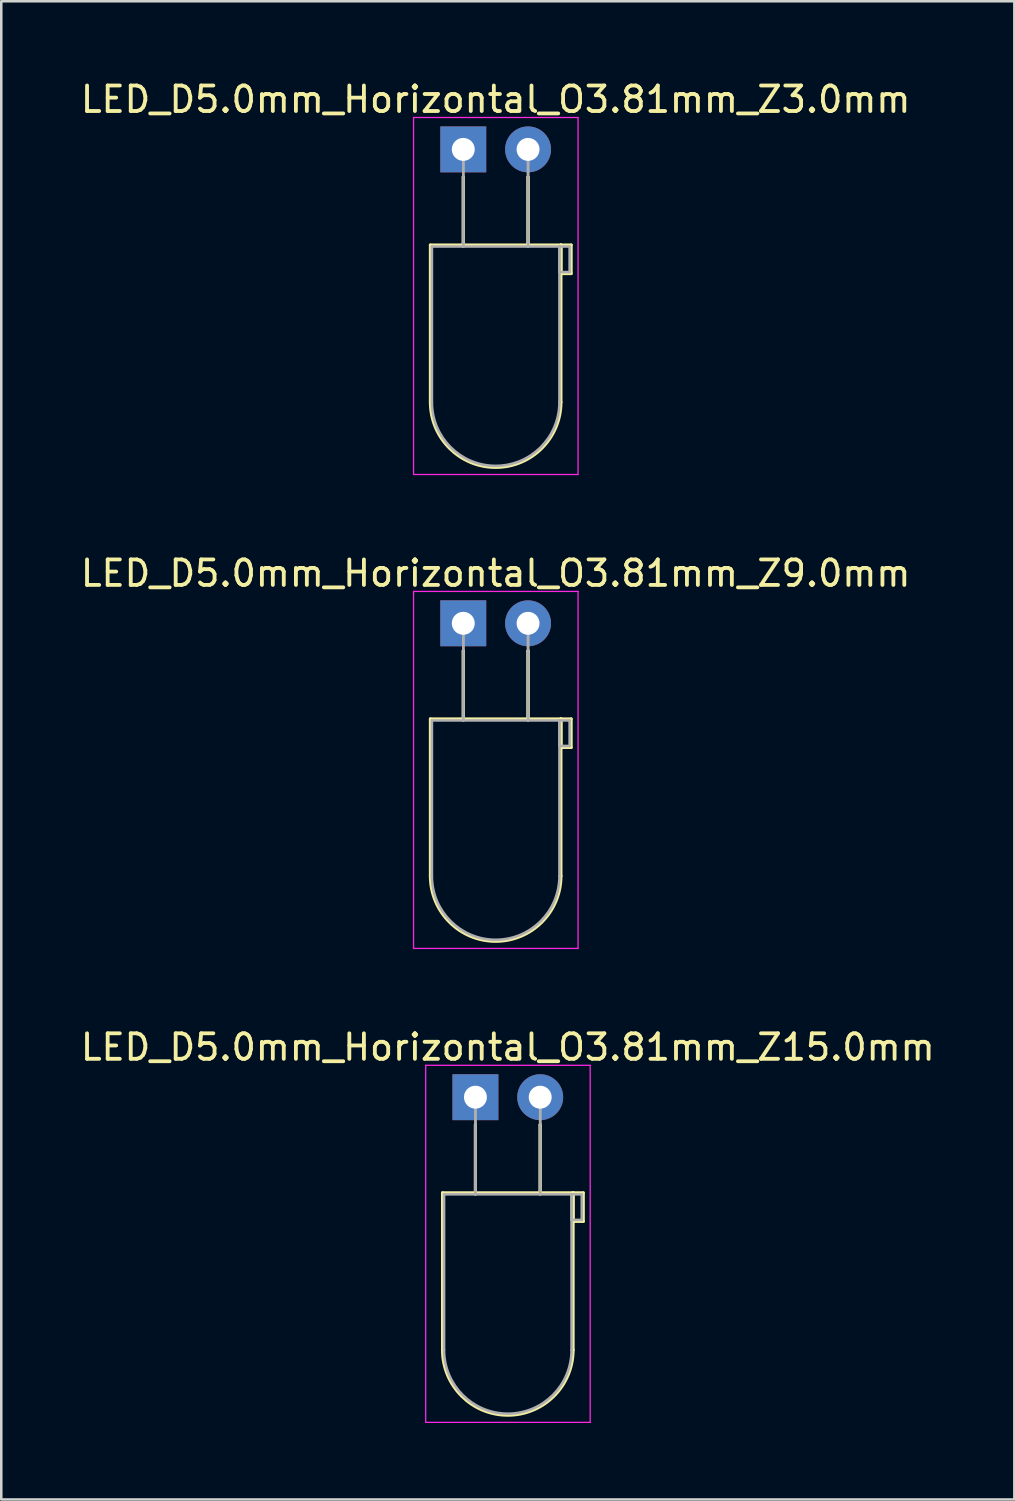
<source format=kicad_pcb>
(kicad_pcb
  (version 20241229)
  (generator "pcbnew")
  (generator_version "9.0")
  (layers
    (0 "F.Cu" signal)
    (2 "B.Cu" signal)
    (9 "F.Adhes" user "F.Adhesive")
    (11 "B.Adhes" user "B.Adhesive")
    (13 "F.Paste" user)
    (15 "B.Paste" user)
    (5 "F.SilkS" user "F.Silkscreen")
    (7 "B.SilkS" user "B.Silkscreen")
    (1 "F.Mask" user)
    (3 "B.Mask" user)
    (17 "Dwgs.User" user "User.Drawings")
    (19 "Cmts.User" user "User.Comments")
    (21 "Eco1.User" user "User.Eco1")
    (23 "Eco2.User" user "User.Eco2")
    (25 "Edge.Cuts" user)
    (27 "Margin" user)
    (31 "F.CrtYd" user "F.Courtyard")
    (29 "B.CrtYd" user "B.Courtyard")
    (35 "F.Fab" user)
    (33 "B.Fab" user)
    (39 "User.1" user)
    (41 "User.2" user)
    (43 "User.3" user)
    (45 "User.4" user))
  (footprint "LED_D5.0mm_Horizontal_O3.81mm_Z9.0mm"
    (layer "F.Cu")
    (at 15.117 21.392)
    (property "Reference" "LED_D5.0mm_Horizontal_O3.81mm_Z9.0mm" (at 1.27 -1.96 0) (layer "F.SilkS") (effects (font (size 1 1) (thickness 0.15))))
    (attr through_hole)
    (fp_line (start -1.29 3.75) (end -1.29 9.91) (stroke (width 0.12) (type solid)) (layer "F.SilkS"))
    (fp_line (start -1.29 3.75) (end 3.83 3.75) (stroke (width 0.12) (type solid)) (layer "F.SilkS"))
    (fp_line (start 0 1.08) (end 0 1.08) (stroke (width 0.12) (type solid)) (layer "F.SilkS"))
    (fp_line (start 0 1.08) (end 0 3.75) (stroke (width 0.12) (type solid)) (layer "F.SilkS"))
    (fp_line (start 0 3.75) (end 0 1.08) (stroke (width 0.12) (type solid)) (layer "F.SilkS"))
    (fp_line (start 0 3.75) (end 0 3.75) (stroke (width 0.12) (type solid)) (layer "F.SilkS"))
    (fp_line (start 2.54 1.08) (end 2.54 1.08) (stroke (width 0.12) (type solid)) (layer "F.SilkS"))
    (fp_line (start 2.54 1.08) (end 2.54 3.75) (stroke (width 0.12) (type solid)) (layer "F.SilkS"))
    (fp_line (start 2.54 3.75) (end 2.54 1.08) (stroke (width 0.12) (type solid)) (layer "F.SilkS"))
    (fp_line (start 2.54 3.75) (end 2.54 3.75) (stroke (width 0.12) (type solid)) (layer "F.SilkS"))
    (fp_line (start 3.83 3.75) (end 3.83 9.91) (stroke (width 0.12) (type solid)) (layer "F.SilkS"))
    (fp_line (start 3.83 3.75) (end 4.23 3.75) (stroke (width 0.12) (type solid)) (layer "F.SilkS"))
    (fp_line (start 3.83 4.87) (end 3.83 3.75) (stroke (width 0.12) (type solid)) (layer "F.SilkS"))
    (fp_line (start 4.23 3.75) (end 4.23 4.87) (stroke (width 0.12) (type solid)) (layer "F.SilkS"))
    (fp_line (start 4.23 4.87) (end 3.83 4.87) (stroke (width 0.12) (type solid)) (layer "F.SilkS"))
    (fp_arc (start 3.83 9.91) (mid 1.27 12.47) (end -1.29 9.91) (stroke (width 0.12) (type solid)) (layer "F.SilkS"))
    (fp_line (start -1.95 -1.25) (end -1.95 12.75) (stroke (width 0.05) (type solid)) (layer "F.CrtYd"))
    (fp_line (start -1.95 12.75) (end 4.5 12.75) (stroke (width 0.05) (type solid)) (layer "F.CrtYd"))
    (fp_line (start 4.5 -1.25) (end -1.95 -1.25) (stroke (width 0.05) (type solid)) (layer "F.CrtYd"))
    (fp_line (start 4.5 12.75) (end 4.5 -1.25) (stroke (width 0.05) (type solid)) (layer "F.CrtYd"))
    (fp_line (start -1.23 3.81) (end -1.23 9.91) (stroke (width 0.1) (type solid)) (layer "F.Fab"))
    (fp_line (start -1.23 3.81) (end 3.77 3.81) (stroke (width 0.1) (type solid)) (layer "F.Fab"))
    (fp_line (start 0 0) (end 0 0) (stroke (width 0.1) (type solid)) (layer "F.Fab"))
    (fp_line (start 0 0) (end 0 3.81) (stroke (width 0.1) (type solid)) (layer "F.Fab"))
    (fp_line (start 0 3.81) (end 0 0) (stroke (width 0.1) (type solid)) (layer "F.Fab"))
    (fp_line (start 0 3.81) (end 0 3.81) (stroke (width 0.1) (type solid)) (layer "F.Fab"))
    (fp_line (start 2.54 0) (end 2.54 0) (stroke (width 0.1) (type solid)) (layer "F.Fab"))
    (fp_line (start 2.54 0) (end 2.54 3.81) (stroke (width 0.1) (type solid)) (layer "F.Fab"))
    (fp_line (start 2.54 3.81) (end 2.54 0) (stroke (width 0.1) (type solid)) (layer "F.Fab"))
    (fp_line (start 2.54 3.81) (end 2.54 3.81) (stroke (width 0.1) (type solid)) (layer "F.Fab"))
    (fp_line (start 3.77 3.81) (end 3.77 9.91) (stroke (width 0.1) (type solid)) (layer "F.Fab"))
    (fp_line (start 3.77 3.81) (end 4.17 3.81) (stroke (width 0.1) (type solid)) (layer "F.Fab"))
    (fp_line (start 3.77 4.81) (end 3.77 3.81) (stroke (width 0.1) (type solid)) (layer "F.Fab"))
    (fp_line (start 4.17 3.81) (end 4.17 4.81) (stroke (width 0.1) (type solid)) (layer "F.Fab"))
    (fp_line (start 4.17 4.81) (end 3.77 4.81) (stroke (width 0.1) (type solid)) (layer "F.Fab"))
    (fp_arc (start 3.77 9.91) (mid 1.27 12.41) (end -1.23 9.91) (stroke (width 0.1) (type solid)) (layer "F.Fab"))
    (pad "1" thru_hole rect (at 0 0) (size 1.8 1.8) (drill 0.9) (layers "*.Cu" "*.Mask"))
    (pad "2" thru_hole circle (at 2.54 0) (size 1.8 1.8) (drill 0.9) (layers "*.Cu" "*.Mask")))
  (footprint "LED_D5.0mm_Horizontal_O3.81mm_Z3.0mm"
    (layer "F.Cu")
    (at 15.117 2.808)
    (property "Reference" "LED_D5.0mm_Horizontal_O3.81mm_Z3.0mm" (at 1.27 -1.96 0) (layer "F.SilkS") (effects (font (size 1 1) (thickness 0.15))))
    (attr through_hole)
    (fp_line (start -1.29 3.75) (end -1.29 9.91) (stroke (width 0.12) (type solid)) (layer "F.SilkS"))
    (fp_line (start -1.29 3.75) (end 3.83 3.75) (stroke (width 0.12) (type solid)) (layer "F.SilkS"))
    (fp_line (start 0 1.08) (end 0 1.08) (stroke (width 0.12) (type solid)) (layer "F.SilkS"))
    (fp_line (start 0 1.08) (end 0 3.75) (stroke (width 0.12) (type solid)) (layer "F.SilkS"))
    (fp_line (start 0 3.75) (end 0 1.08) (stroke (width 0.12) (type solid)) (layer "F.SilkS"))
    (fp_line (start 0 3.75) (end 0 3.75) (stroke (width 0.12) (type solid)) (layer "F.SilkS"))
    (fp_line (start 2.54 1.08) (end 2.54 1.08) (stroke (width 0.12) (type solid)) (layer "F.SilkS"))
    (fp_line (start 2.54 1.08) (end 2.54 3.75) (stroke (width 0.12) (type solid)) (layer "F.SilkS"))
    (fp_line (start 2.54 3.75) (end 2.54 1.08) (stroke (width 0.12) (type solid)) (layer "F.SilkS"))
    (fp_line (start 2.54 3.75) (end 2.54 3.75) (stroke (width 0.12) (type solid)) (layer "F.SilkS"))
    (fp_line (start 3.83 3.75) (end 3.83 9.91) (stroke (width 0.12) (type solid)) (layer "F.SilkS"))
    (fp_line (start 3.83 3.75) (end 4.23 3.75) (stroke (width 0.12) (type solid)) (layer "F.SilkS"))
    (fp_line (start 3.83 4.87) (end 3.83 3.75) (stroke (width 0.12) (type solid)) (layer "F.SilkS"))
    (fp_line (start 4.23 3.75) (end 4.23 4.87) (stroke (width 0.12) (type solid)) (layer "F.SilkS"))
    (fp_line (start 4.23 4.87) (end 3.83 4.87) (stroke (width 0.12) (type solid)) (layer "F.SilkS"))
    (fp_arc (start 3.83 9.91) (mid 1.27 12.47) (end -1.29 9.91) (stroke (width 0.12) (type solid)) (layer "F.SilkS"))
    (fp_line (start -1.95 -1.25) (end -1.95 12.75) (stroke (width 0.05) (type solid)) (layer "F.CrtYd"))
    (fp_line (start -1.95 12.75) (end 4.5 12.75) (stroke (width 0.05) (type solid)) (layer "F.CrtYd"))
    (fp_line (start 4.5 -1.25) (end -1.95 -1.25) (stroke (width 0.05) (type solid)) (layer "F.CrtYd"))
    (fp_line (start 4.5 12.75) (end 4.5 -1.25) (stroke (width 0.05) (type solid)) (layer "F.CrtYd"))
    (fp_line (start -1.23 3.81) (end -1.23 9.91) (stroke (width 0.1) (type solid)) (layer "F.Fab"))
    (fp_line (start -1.23 3.81) (end 3.77 3.81) (stroke (width 0.1) (type solid)) (layer "F.Fab"))
    (fp_line (start 0 0) (end 0 0) (stroke (width 0.1) (type solid)) (layer "F.Fab"))
    (fp_line (start 0 0) (end 0 3.81) (stroke (width 0.1) (type solid)) (layer "F.Fab"))
    (fp_line (start 0 3.81) (end 0 0) (stroke (width 0.1) (type solid)) (layer "F.Fab"))
    (fp_line (start 0 3.81) (end 0 3.81) (stroke (width 0.1) (type solid)) (layer "F.Fab"))
    (fp_line (start 2.54 0) (end 2.54 0) (stroke (width 0.1) (type solid)) (layer "F.Fab"))
    (fp_line (start 2.54 0) (end 2.54 3.81) (stroke (width 0.1) (type solid)) (layer "F.Fab"))
    (fp_line (start 2.54 3.81) (end 2.54 0) (stroke (width 0.1) (type solid)) (layer "F.Fab"))
    (fp_line (start 2.54 3.81) (end 2.54 3.81) (stroke (width 0.1) (type solid)) (layer "F.Fab"))
    (fp_line (start 3.77 3.81) (end 3.77 9.91) (stroke (width 0.1) (type solid)) (layer "F.Fab"))
    (fp_line (start 3.77 3.81) (end 4.17 3.81) (stroke (width 0.1) (type solid)) (layer "F.Fab"))
    (fp_line (start 3.77 4.81) (end 3.77 3.81) (stroke (width 0.1) (type solid)) (layer "F.Fab"))
    (fp_line (start 4.17 3.81) (end 4.17 4.81) (stroke (width 0.1) (type solid)) (layer "F.Fab"))
    (fp_line (start 4.17 4.81) (end 3.77 4.81) (stroke (width 0.1) (type solid)) (layer "F.Fab"))
    (fp_arc (start 3.77 9.91) (mid 1.27 12.41) (end -1.23 9.91) (stroke (width 0.1) (type solid)) (layer "F.Fab"))
    (pad "1" thru_hole rect (at 0 0) (size 1.8 1.8) (drill 0.9) (layers "*.Cu" "*.Mask"))
    (pad "2" thru_hole circle (at 2.54 0) (size 1.8 1.8) (drill 0.9) (layers "*.Cu" "*.Mask")))
  (footprint "LED_D5.0mm_Horizontal_O3.81mm_Z15.0mm"
    (layer "F.Cu")
    (at 15.593 39.975)
    (property "Reference" "LED_D5.0mm_Horizontal_O3.81mm_Z15.0mm" (at 1.27 -1.96 0) (layer "F.SilkS") (effects (font (size 1 1) (thickness 0.15))))
    (attr through_hole)
    (fp_line (start -1.29 3.75) (end -1.29 9.91) (stroke (width 0.12) (type solid)) (layer "F.SilkS"))
    (fp_line (start -1.29 3.75) (end 3.83 3.75) (stroke (width 0.12) (type solid)) (layer "F.SilkS"))
    (fp_line (start 0 1.08) (end 0 1.08) (stroke (width 0.12) (type solid)) (layer "F.SilkS"))
    (fp_line (start 0 1.08) (end 0 3.75) (stroke (width 0.12) (type solid)) (layer "F.SilkS"))
    (fp_line (start 0 3.75) (end 0 1.08) (stroke (width 0.12) (type solid)) (layer "F.SilkS"))
    (fp_line (start 0 3.75) (end 0 3.75) (stroke (width 0.12) (type solid)) (layer "F.SilkS"))
    (fp_line (start 2.54 1.08) (end 2.54 1.08) (stroke (width 0.12) (type solid)) (layer "F.SilkS"))
    (fp_line (start 2.54 1.08) (end 2.54 3.75) (stroke (width 0.12) (type solid)) (layer "F.SilkS"))
    (fp_line (start 2.54 3.75) (end 2.54 1.08) (stroke (width 0.12) (type solid)) (layer "F.SilkS"))
    (fp_line (start 2.54 3.75) (end 2.54 3.75) (stroke (width 0.12) (type solid)) (layer "F.SilkS"))
    (fp_line (start 3.83 3.75) (end 3.83 9.91) (stroke (width 0.12) (type solid)) (layer "F.SilkS"))
    (fp_line (start 3.83 3.75) (end 4.23 3.75) (stroke (width 0.12) (type solid)) (layer "F.SilkS"))
    (fp_line (start 3.83 4.87) (end 3.83 3.75) (stroke (width 0.12) (type solid)) (layer "F.SilkS"))
    (fp_line (start 4.23 3.75) (end 4.23 4.87) (stroke (width 0.12) (type solid)) (layer "F.SilkS"))
    (fp_line (start 4.23 4.87) (end 3.83 4.87) (stroke (width 0.12) (type solid)) (layer "F.SilkS"))
    (fp_arc (start 3.83 9.91) (mid 1.27 12.47) (end -1.29 9.91) (stroke (width 0.12) (type solid)) (layer "F.SilkS"))
    (fp_line (start -1.95 -1.25) (end -1.95 12.75) (stroke (width 0.05) (type solid)) (layer "F.CrtYd"))
    (fp_line (start -1.95 12.75) (end 4.5 12.75) (stroke (width 0.05) (type solid)) (layer "F.CrtYd"))
    (fp_line (start 4.5 -1.25) (end -1.95 -1.25) (stroke (width 0.05) (type solid)) (layer "F.CrtYd"))
    (fp_line (start 4.5 12.75) (end 4.5 -1.25) (stroke (width 0.05) (type solid)) (layer "F.CrtYd"))
    (fp_line (start -1.23 3.81) (end -1.23 9.91) (stroke (width 0.1) (type solid)) (layer "F.Fab"))
    (fp_line (start -1.23 3.81) (end 3.77 3.81) (stroke (width 0.1) (type solid)) (layer "F.Fab"))
    (fp_line (start 0 0) (end 0 0) (stroke (width 0.1) (type solid)) (layer "F.Fab"))
    (fp_line (start 0 0) (end 0 3.81) (stroke (width 0.1) (type solid)) (layer "F.Fab"))
    (fp_line (start 0 3.81) (end 0 0) (stroke (width 0.1) (type solid)) (layer "F.Fab"))
    (fp_line (start 0 3.81) (end 0 3.81) (stroke (width 0.1) (type solid)) (layer "F.Fab"))
    (fp_line (start 2.54 0) (end 2.54 0) (stroke (width 0.1) (type solid)) (layer "F.Fab"))
    (fp_line (start 2.54 0) (end 2.54 3.81) (stroke (width 0.1) (type solid)) (layer "F.Fab"))
    (fp_line (start 2.54 3.81) (end 2.54 0) (stroke (width 0.1) (type solid)) (layer "F.Fab"))
    (fp_line (start 2.54 3.81) (end 2.54 3.81) (stroke (width 0.1) (type solid)) (layer "F.Fab"))
    (fp_line (start 3.77 3.81) (end 3.77 9.91) (stroke (width 0.1) (type solid)) (layer "F.Fab"))
    (fp_line (start 3.77 3.81) (end 4.17 3.81) (stroke (width 0.1) (type solid)) (layer "F.Fab"))
    (fp_line (start 3.77 4.81) (end 3.77 3.81) (stroke (width 0.1) (type solid)) (layer "F.Fab"))
    (fp_line (start 4.17 3.81) (end 4.17 4.81) (stroke (width 0.1) (type solid)) (layer "F.Fab"))
    (fp_line (start 4.17 4.81) (end 3.77 4.81) (stroke (width 0.1) (type solid)) (layer "F.Fab"))
    (fp_arc (start 3.77 9.91) (mid 1.27 12.41) (end -1.23 9.91) (stroke (width 0.1) (type solid)) (layer "F.Fab"))
    (pad "1" thru_hole rect (at 0 0) (size 1.8 1.8) (drill 0.9) (layers "*.Cu" "*.Mask"))
    (pad "2" thru_hole circle (at 2.54 0) (size 1.8 1.8) (drill 0.9) (layers "*.Cu" "*.Mask")))
  (gr_rect
    (start -3 -3)
    (end 36.726 55.75)
    (stroke (width 0.1) (type default))
    (fill no)
    (layer "Edge.Cuts")))
</source>
